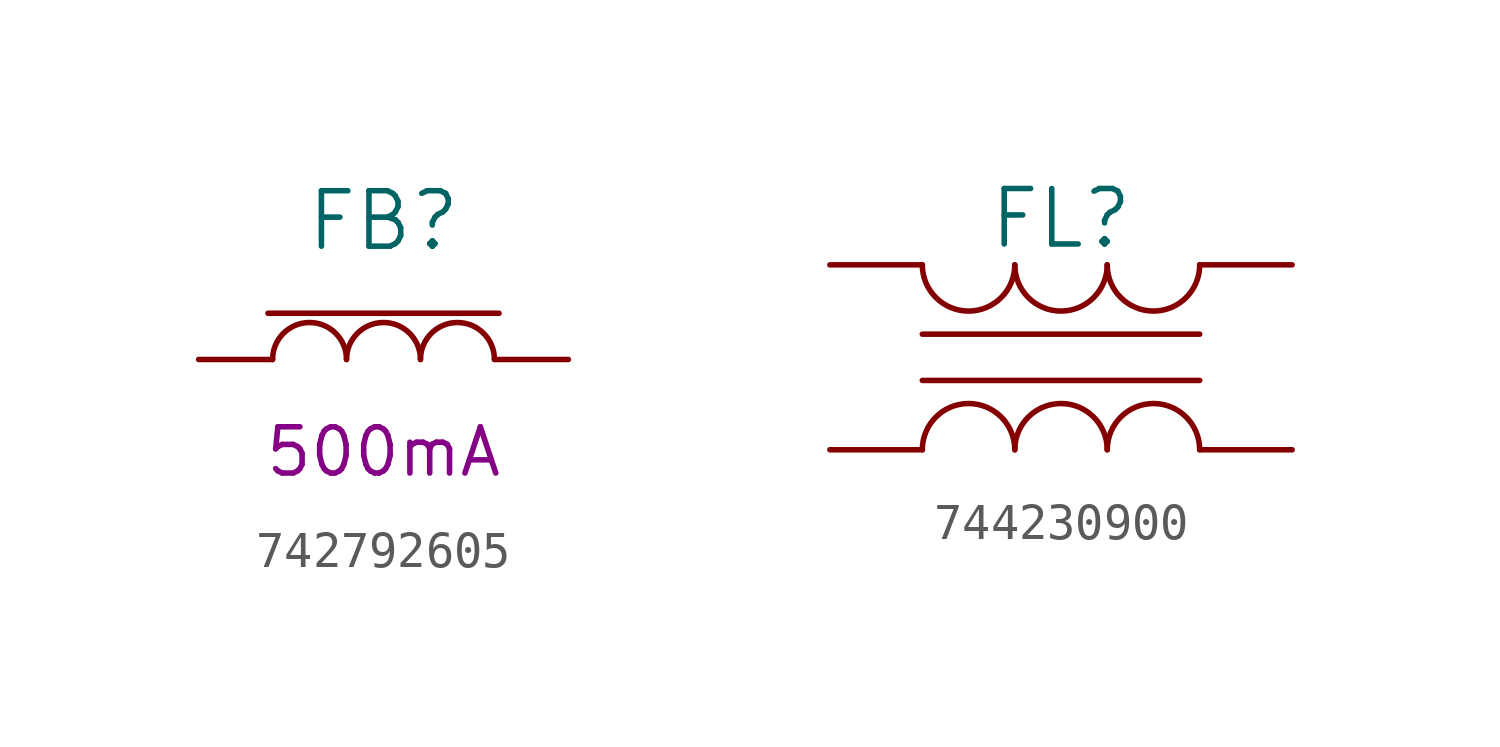
<source format=kicad_sym>
(kicad_symbol_lib
  (version 20211014)
  (generator kicad_symbol_editor)
  (symbol "742792605"
    (pin_numbers hide)
    (pin_names
      (offset 0) hide)
    (property "Reference" "FB"
      (at 0 3.81 0)
      (effects (font (size 1.524 1.524))))
    (property "Current" "500mA"
      (at 0 -2.54 0)
      (effects (font (size 1.27 1.27))))
    (symbol "742792605_0_1"
      (arc (start -1.016 0) (mid -2.032 1.016) (end -3.048 0) (stroke (width 0) (type default) (color 0 0 0 0)) (fill (type none)))
      (polyline (pts (xy -3.175 1.27) (xy 3.175 1.27)) (stroke (width 0) (type default) (color 0 0 0 0)) (fill (type none)))
      (arc (start 1.016 0) (mid 0 1.016) (end -1.016 0) (stroke (width 0) (type default) (color 0 0 0 0)) (fill (type none)))
      (arc (start 3.048 0) (mid 2.032 1.016) (end 1.016 0) (stroke (width 0) (type default) (color 0 0 0 0)) (fill (type none))))
    (symbol "742792605_1_1"
      (pin passive line (at -5.08 0 0) (length 2.032) (name "1" (effects (font (size 1.27 1.27)))) (number "1" (effects (font (size 1.27 1.27)))))
      (pin passive line (at 5.08 0 180) (length 2.032) (name "2" (effects (font (size 1.27 1.27)))) (number "2" (effects (font (size 1.27 1.27)))))))
  (symbol "744230900"
    (pin_numbers hide)
    (pin_names
      (offset 0) hide)
    (property "Reference" "FL"
      (at 0 3.81 0)
      (effects (font (size 1.524 1.524))))
    (symbol "744230900_0_1"
      (arc (start -3.81 2.54) (mid -2.54 1.27) (end -1.27 2.54) (stroke (width 0) (type default) (color 0 0 0 0)) (fill (type none)))
      (polyline (pts (xy -3.81 0.635) (xy 3.81 0.635)) (stroke (width 0) (type default) (color 0 0 0 0)) (fill (type none)))
      (polyline (pts (xy 3.81 -0.635) (xy -3.81 -0.635)) (stroke (width 0) (type default) (color 0 0 0 0)) (fill (type none))))
    (symbol "744230900_1_1"
      (arc (start -1.27 -2.54) (mid -2.54 -1.27) (end -3.81 -2.54) (stroke (width 0) (type default) (color 0 0 0 0)) (fill (type none)))
      (arc (start -1.27 2.54) (mid 0 1.27) (end 1.27 2.54) (stroke (width 0) (type default) (color 0 0 0 0)) (fill (type none)))
      (arc (start 1.27 -2.54) (mid 0 -1.27) (end -1.27 -2.54) (stroke (width 0) (type default) (color 0 0 0 0)) (fill (type none)))
      (arc (start 1.27 2.54) (mid 2.54 1.27) (end 3.81 2.54) (stroke (width 0) (type default) (color 0 0 0 0)) (fill (type none)))
      (arc (start 3.81 -2.54) (mid 2.54 -1.27) (end 1.27 -2.54) (stroke (width 0) (type default) (color 0 0 0 0)) (fill (type none)))
      (pin input line (at -6.35 -2.54 0) (length 2.54) (name "1" (effects (font (size 1.27 1.27)))) (number "1" (effects (font (size 1.27 1.27)))))
      (pin input line (at 6.35 -2.54 180) (length 2.54) (name "2" (effects (font (size 1.27 1.27)))) (number "2" (effects (font (size 1.27 1.27)))))
      (pin input line (at 6.35 2.54 180) (length 2.54) (name "3" (effects (font (size 1.27 1.27)))) (number "3" (effects (font (size 1.27 1.27)))))
      (pin input line (at -6.35 2.54 0) (length 2.54) (name "4" (effects (font (size 1.27 1.27)))) (number "4" (effects (font (size 1.27 1.27))))))))
</source>
